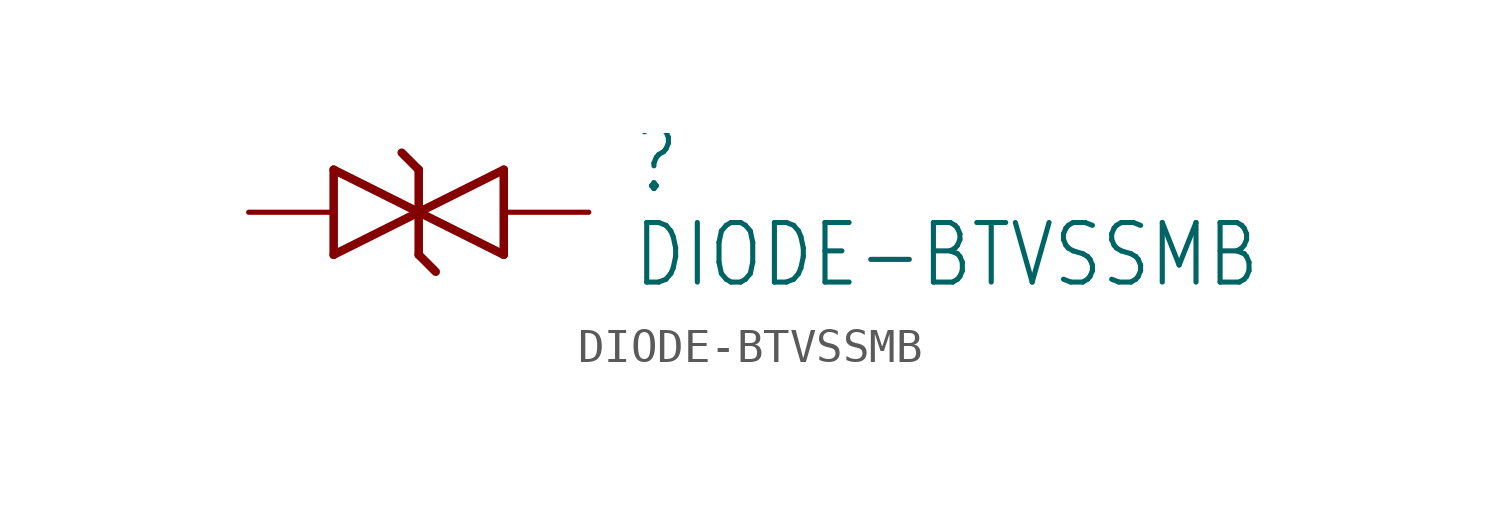
<source format=kicad_sym>
(kicad_symbol_lib
  (version 20211014)
  (generator kicad_symbol_editor)
  (symbol "DIODE-BTVSSMB"
    (property "Reference" ""
      (at 7.62 0.483 0)
      (effects (font (size 1.778 1.511)) (justify left bottom)))
    (property "Value" "DIODE-BTVSSMB"
      (at 7.62 -2.311 0)
      (effects (font (size 1.778 1.511)) (justify left bottom)))
    (property "ki_locked" ""
      (at 0 0 0)
      (effects (font (size 1.27 1.27))))
    (symbol "DIODE-BTVSSMB_1_0"
      (polyline (pts (xy -1.27 -1.27) (xy 1.27 0)) (stroke (width 0.254) (type default) (color 0 0 0 0)) (fill (type none)))
      (polyline (pts (xy -1.27 1.27) (xy -1.27 -1.27)) (stroke (width 0.254) (type default) (color 0 0 0 0)) (fill (type none)))
      (polyline (pts (xy 1.27 -1.27) (xy 1.778 -1.778)) (stroke (width 0.254) (type default) (color 0 0 0 0)) (fill (type none)))
      (polyline (pts (xy 1.27 0) (xy -1.27 1.27)) (stroke (width 0.254) (type default) (color 0 0 0 0)) (fill (type none)))
      (polyline (pts (xy 1.27 0) (xy 1.27 -1.27)) (stroke (width 0.254) (type default) (color 0 0 0 0)) (fill (type none)))
      (polyline (pts (xy 1.27 0) (xy 3.81 1.27)) (stroke (width 0.254) (type default) (color 0 0 0 0)) (fill (type none)))
      (polyline (pts (xy 1.27 1.27) (xy 0.762 1.778)) (stroke (width 0.254) (type default) (color 0 0 0 0)) (fill (type none)))
      (polyline (pts (xy 1.27 1.27) (xy 1.27 0)) (stroke (width 0.254) (type default) (color 0 0 0 0)) (fill (type none)))
      (polyline (pts (xy 3.81 -1.27) (xy 1.27 0)) (stroke (width 0.254) (type default) (color 0 0 0 0)) (fill (type none)))
      (polyline (pts (xy 3.81 1.27) (xy 3.81 -1.27)) (stroke (width 0.254) (type default) (color 0 0 0 0)) (fill (type none)))
      (pin passive line (at -3.81 0 0) (length 2.54) (name "A" (effects (font (size 0 0)))) (number "A" (effects (font (size 0 0)))))
      (pin passive line (at 6.35 0 180) (length 2.54) (name "C" (effects (font (size 0 0)))) (number "C" (effects (font (size 0 0))))))))
</source>
